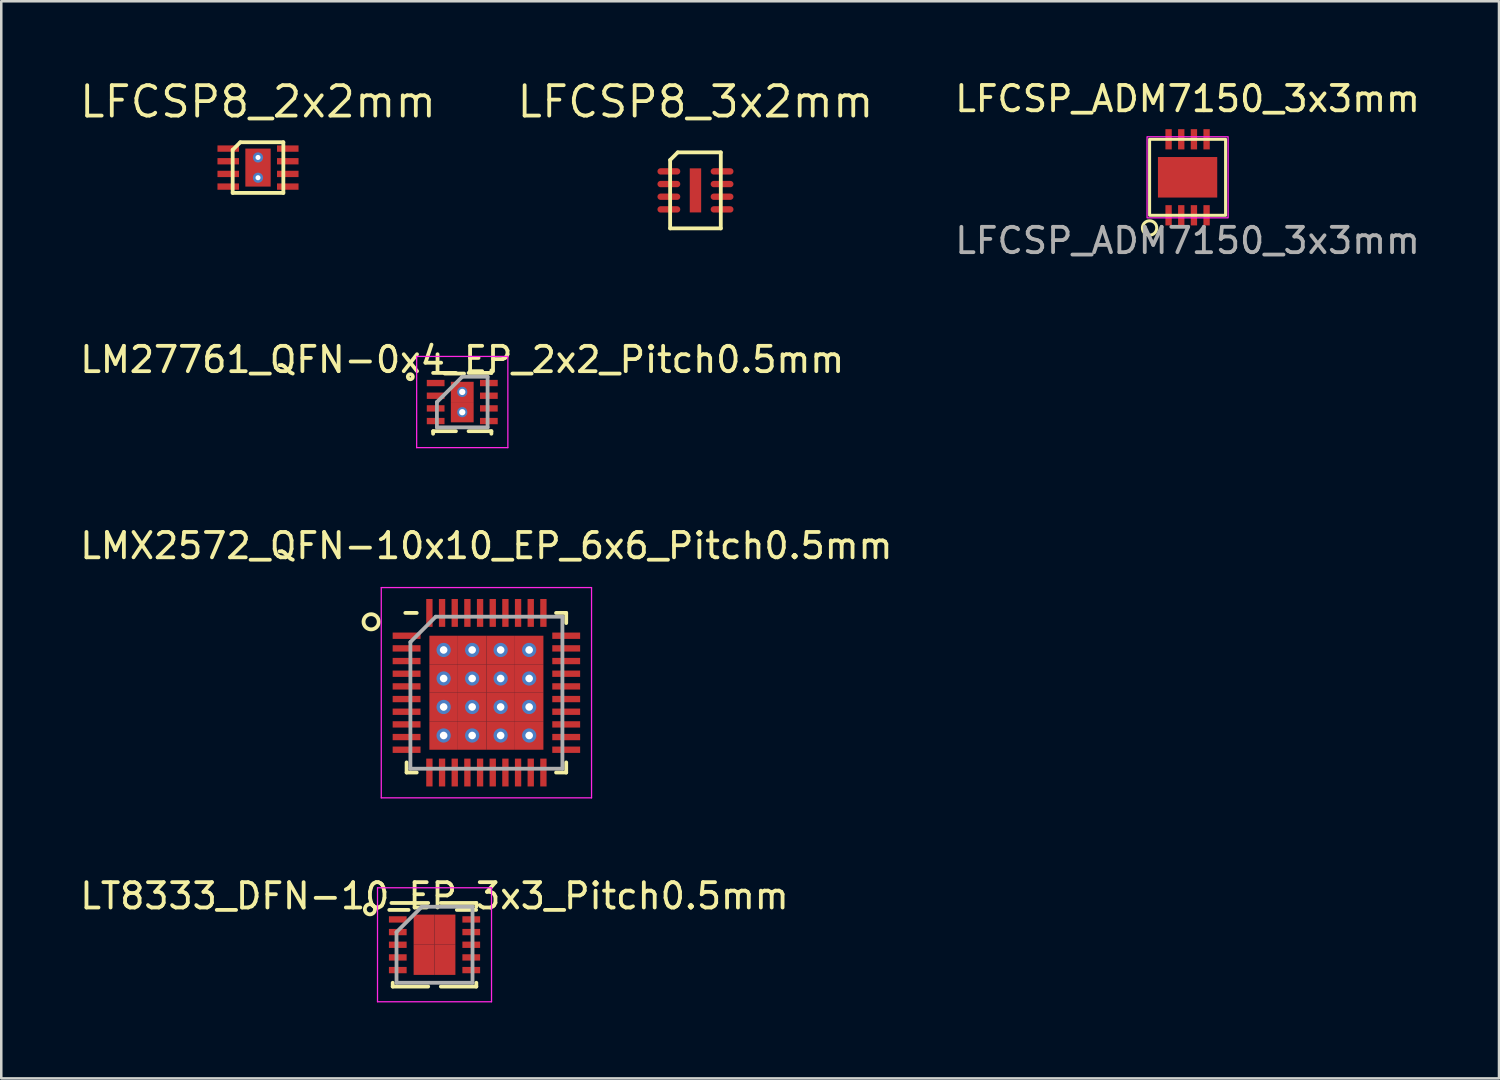
<source format=kicad_pcb>
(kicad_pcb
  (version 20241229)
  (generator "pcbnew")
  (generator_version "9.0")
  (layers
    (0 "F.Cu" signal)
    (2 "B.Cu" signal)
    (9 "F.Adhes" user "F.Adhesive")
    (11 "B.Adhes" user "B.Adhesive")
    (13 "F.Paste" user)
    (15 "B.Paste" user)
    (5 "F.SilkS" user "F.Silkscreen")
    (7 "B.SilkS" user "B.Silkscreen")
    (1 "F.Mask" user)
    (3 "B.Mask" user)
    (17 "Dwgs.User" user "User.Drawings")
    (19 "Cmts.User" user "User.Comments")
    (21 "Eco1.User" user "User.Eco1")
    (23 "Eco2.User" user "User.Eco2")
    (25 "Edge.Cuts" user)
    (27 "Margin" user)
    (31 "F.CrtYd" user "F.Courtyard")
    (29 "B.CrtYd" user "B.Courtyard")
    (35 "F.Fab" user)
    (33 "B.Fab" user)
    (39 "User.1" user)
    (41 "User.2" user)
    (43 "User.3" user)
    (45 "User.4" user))
  (footprint "LM27761_QFN-0x4_EP_2x2_Pitch0.5mm"
    (layer "F.Cu")
    (at 15.196 12.82)
    (property "Reference" "LM27761_QFN-0x4_EP_2x2_Pitch0.5mm" (at 0 -1.675 0) (layer "F.SilkS") (effects (font (size 1 1) (thickness 0.15))))
    (attr through_hole)
    (fp_line (start -1.15 1.15) (end -1.15 1.25) (stroke (width 0.15) (type default)) (layer "F.SilkS"))
    (fp_line (start -0.25 -1.15) (end -1.15 -1.15) (stroke (width 0.15) (type default)) (layer "F.SilkS"))
    (fp_line (start -0.25 1.15) (end -1.15 1.15) (stroke (width 0.15) (type default)) (layer "F.SilkS"))
    (fp_line (start 0.25 -1.15) (end 1.15 -1.15) (stroke (width 0.15) (type default)) (layer "F.SilkS"))
    (fp_line (start 0.25 1.15) (end 1.15 1.15) (stroke (width 0.15) (type default)) (layer "F.SilkS"))
    (fp_line (start 1.15 -1.15) (end 1.15 -1.25) (stroke (width 0.15) (type default)) (layer "F.SilkS"))
    (fp_line (start 1.15 1.15) (end 1.15 1.25) (stroke (width 0.15) (type default)) (layer "F.SilkS"))
    (fp_circle (center -2.05 -1) (end -2.05 -0.9) (stroke (width 0.15) (type default)) (fill no) (layer "F.SilkS"))
    (fp_line (start -1.8 -1.8) (end 1.8 -1.8) (stroke (width 0.05) (type default)) (layer "F.CrtYd"))
    (fp_line (start -1.8 1.8) (end -1.8 -1.8) (stroke (width 0.05) (type default)) (layer "F.CrtYd"))
    (fp_line (start 1.8 -1.8) (end 1.8 1.8) (stroke (width 0.05) (type default)) (layer "F.CrtYd"))
    (fp_line (start 1.8 1.8) (end -1.8 1.8) (stroke (width 0.05) (type default)) (layer "F.CrtYd"))
    (fp_line (start -1 0) (end -1 1) (stroke (width 0.15) (type default)) (layer "F.Fab"))
    (fp_line (start -1 1) (end 1 1) (stroke (width 0.15) (type default)) (layer "F.Fab"))
    (fp_line (start 0 -1) (end -1 0) (stroke (width 0.15) (type default)) (layer "F.Fab"))
    (fp_line (start 1 -1) (end 0 -1) (stroke (width 0.15) (type default)) (layer "F.Fab"))
    (fp_line (start 1 1) (end 1 -1) (stroke (width 0.15) (type default)) (layer "F.Fab"))
    (pad "1" smd rect (at -1.05 -0.75 90) (size 0.25 0.7) (layers "F.Cu" "F.Mask" "F.Paste"))
    (pad "2" smd rect (at -1.05 -0.25 90) (size 0.25 0.7) (layers "F.Cu" "F.Mask" "F.Paste"))
    (pad "3" smd rect (at -1.05 0.25 90) (size 0.25 0.7) (layers "F.Cu" "F.Mask" "F.Paste"))
    (pad "4" smd rect (at -1.05 0.75 90) (size 0.25 0.7) (layers "F.Cu" "F.Mask" "F.Paste"))
    (pad "5" smd rect (at 1.05 0.75 90) (size 0.25 0.7) (layers "F.Cu" "F.Mask" "F.Paste"))
    (pad "6" smd rect (at 1.05 0.25 90) (size 0.25 0.7) (layers "F.Cu" "F.Mask" "F.Paste"))
    (pad "7" smd rect (at 1.05 -0.25 90) (size 0.25 0.7) (layers "F.Cu" "F.Mask" "F.Paste"))
    (pad "8" smd rect (at 1.05 -0.75 90) (size 0.25 0.7) (layers "F.Cu" "F.Mask" "F.Paste"))
    (pad "9" thru_hole circle (at 0 -0.4) (size 0.4 0.4) (drill 0.25) (layers "*.Cu" "*.Mask"))
    (pad "9" smd rect (at 0 -0.4) (size 0.9 0.8) (layers "F.Cu" "F.Mask" "F.Paste"))
    (pad "9" thru_hole circle (at 0 0.4) (size 0.4 0.4) (drill 0.25) (layers "*.Cu" "*.Mask"))
    (pad "9" smd rect (at 0 0.4) (size 0.9 0.8) (layers "F.Cu" "F.Mask" "F.Paste")))
  (footprint "LFCSP_ADM7150_3x3mm"
    (layer "F.Cu")
    (at 43.826 3.948)
    (property "Reference" "LFCSP_ADM7150_3x3mm" (at 0 -3.1 0) (unlocked yes) (layer "F.SilkS") (effects (font (size 1 1) (thickness 0.15))))
    (attr smd)
    (fp_rect (start -1.5 -1.5) (end 1.5 1.5) (stroke (width 0.12) (type solid)) (fill no) (layer "F.SilkS"))
    (fp_circle (center -1.5 2) (end -1.3 2.2) (stroke (width 0.12) (type default)) (fill no) (layer "F.SilkS"))
    (fp_rect (start -1.6 -1.6) (end 1.6 1.6) (stroke (width 0.05) (type default)) (fill no) (layer "F.CrtYd"))
    (fp_text user "${REFERENCE}" (at 0 2.5 0) (unlocked yes) (layer "F.Fab") (effects (font (size 1 1) (thickness 0.15))))
    (pad "1" smd rect (at -0.75 1.5) (size 0.25 0.8) (layers "F.Cu" "F.Mask" "F.Paste"))
    (pad "2" smd rect (at -0.25 1.5) (size 0.25 0.8) (layers "F.Cu" "F.Mask" "F.Paste"))
    (pad "3" smd rect (at 0.25 1.5) (size 0.25 0.8) (layers "F.Cu" "F.Mask" "F.Paste"))
    (pad "4" smd rect (at 0.75 1.5) (size 0.25 0.8) (layers "F.Cu" "F.Mask" "F.Paste"))
    (pad "5" smd rect (at 0.75 -1.5) (size 0.25 0.8) (layers "F.Cu" "F.Mask" "F.Paste"))
    (pad "6" smd rect (at 0.25 -1.5) (size 0.25 0.8) (layers "F.Cu" "F.Mask" "F.Paste"))
    (pad "7" smd rect (at -0.25 -1.5) (size 0.25 0.8) (layers "F.Cu" "F.Mask" "F.Paste"))
    (pad "8" smd rect (at -0.75 -1.5) (size 0.25 0.8) (layers "F.Cu" "F.Mask" "F.Paste"))
    (pad "9" smd rect (at 0 0) (size 2.34 1.6) (layers "F.Cu" "F.Mask" "F.Paste")))
  (footprint "LFCSP8_2x2mm"
    (layer "F.Cu")
    (at 7.134 3.565)
    (property "Reference" "LFCSP8_2x2mm" (at 0 -2.6 0) (layer "F.SilkS") (effects (font (size 1.2 1.2) (thickness 0.15))))
    (attr through_hole)
    (fp_line (start -1 -0.7) (end -1 1) (stroke (width 0.15) (type solid)) (layer "F.SilkS"))
    (fp_line (start -1 1) (end 1 1) (stroke (width 0.15) (type solid)) (layer "F.SilkS"))
    (fp_line (start -0.7 -1) (end -1 -0.7) (stroke (width 0.15) (type solid)) (layer "F.SilkS"))
    (fp_line (start 1 -1) (end -0.7 -1) (stroke (width 0.15) (type solid)) (layer "F.SilkS"))
    (fp_line (start 1 1) (end 1 -1) (stroke (width 0.15) (type solid)) (layer "F.SilkS"))
    (pad "" smd rect (at -0.3 -0.323) (size 0.354 0.53) (layers "F.Paste"))
    (pad "" smd rect (at -0.3 0.323) (size 0.354 0.53) (layers "F.Paste"))
    (pad "" smd rect (at 0.3 -0.323) (size 0.354 0.53) (layers "F.Paste"))
    (pad "" smd rect (at 0.3 0.323) (size 0.354 0.53) (layers "F.Paste"))
    (pad "1" smd rect (at -1.175 -0.75) (size 0.85 0.25) (layers "F.Cu" "F.Mask" "F.Paste"))
    (pad "2" smd rect (at -1.175 -0.25) (size 0.85 0.25) (layers "F.Cu" "F.Mask" "F.Paste"))
    (pad "3" smd rect (at -1.175 0.25) (size 0.85 0.25) (layers "F.Cu" "F.Mask" "F.Paste"))
    (pad "4" smd rect (at -1.175 0.75) (size 0.85 0.25) (layers "F.Cu" "F.Mask" "F.Paste"))
    (pad "5" smd rect (at 1.175 0.75) (size 0.85 0.25) (layers "F.Cu" "F.Mask" "F.Paste"))
    (pad "6" smd rect (at 1.175 0.25) (size 0.85 0.25) (layers "F.Cu" "F.Mask" "F.Paste"))
    (pad "7" smd rect (at 1.175 -0.25) (size 0.85 0.25) (layers "F.Cu" "F.Mask" "F.Paste"))
    (pad "8" smd rect (at 1.175 -0.75) (size 0.85 0.25) (layers "F.Cu" "F.Mask" "F.Paste"))
    (pad "9" smd rect (at 0 0) (size 1 1.5) (layers "F.Cu" "F.Mask"))
    (pad "17" thru_hole circle (at 0 -0.4) (size 0.4 0.4) (drill 0.2) (layers "*.Cu" "*.Mask"))
    (pad "17" thru_hole circle (at 0 0.4) (size 0.4 0.4) (drill 0.2) (layers "*.Cu" "*.Mask")))
  (footprint "LFCSP8_3x2mm"
    (layer "F.Cu")
    (at 24.401 4.465)
    (property "Reference" "LFCSP8_3x2mm" (at 0 -3.5 0) (layer "F.SilkS") (effects (font (size 1.2 1.2) (thickness 0.15))))
    (attr smd)
    (fp_line (start -1 -1.2) (end -1 1.5) (stroke (width 0.15) (type solid)) (layer "F.SilkS"))
    (fp_line (start -1 1.5) (end 1 1.5) (stroke (width 0.15) (type solid)) (layer "F.SilkS"))
    (fp_line (start -0.7 -1.5) (end -1 -1.2) (stroke (width 0.15) (type solid)) (layer "F.SilkS"))
    (fp_line (start 1 -1.5) (end -0.7 -1.5) (stroke (width 0.15) (type solid)) (layer "F.SilkS"))
    (fp_line (start 1 1.5) (end 1 -1.5) (stroke (width 0.15) (type solid)) (layer "F.SilkS"))
    (pad "1" smd oval (at -1.05 -0.75) (size 0.9 0.25) (layers "F.Cu" "F.Mask" "F.Paste"))
    (pad "2" smd oval (at -1.05 -0.25) (size 0.9 0.25) (layers "F.Cu" "F.Mask" "F.Paste"))
    (pad "3" smd oval (at -1.05 0.25) (size 0.9 0.25) (layers "F.Cu" "F.Mask" "F.Paste"))
    (pad "4" smd oval (at -1.05 0.75) (size 0.9 0.25) (layers "F.Cu" "F.Mask" "F.Paste"))
    (pad "5" smd oval (at 1.05 0.75) (size 0.9 0.25) (layers "F.Cu" "F.Mask" "F.Paste"))
    (pad "6" smd oval (at 1.05 0.25) (size 0.9 0.25) (layers "F.Cu" "F.Mask" "F.Paste"))
    (pad "7" smd oval (at 1.05 -0.25) (size 0.9 0.25) (layers "F.Cu" "F.Mask" "F.Paste"))
    (pad "8" smd oval (at 1.05 -0.75) (size 0.9 0.25) (layers "F.Cu" "F.Mask" "F.Paste"))
    (pad "9" smd rect (at 0 0) (size 0.45 1.74) (layers "F.Cu" "F.Mask")))
  (footprint "LT8333_DFN-10_EP_3x3_Pitch0.5mm"
    (layer "F.Cu")
    (at 14.101 34.241)
    (property "Reference" "LT8333_DFN-10_EP_3x3_Pitch0.5mm" (at 0 -1.925 0) (layer "F.SilkS") (effects (font (size 1 1) (thickness 0.15))))
    (attr through_hole)
    (fp_line (start -1.65 1.65) (end -1.65 1.5) (stroke (width 0.15) (type default)) (layer "F.SilkS"))
    (fp_line (start -0.25 -1.65) (end -1.7 -1.65) (stroke (width 0.15) (type default)) (layer "F.SilkS"))
    (fp_line (start -0.25 1.65) (end -1.65 1.65) (stroke (width 0.15) (type default)) (layer "F.SilkS"))
    (fp_line (start 0.25 -1.65) (end 1.65 -1.65) (stroke (width 0.15) (type default)) (layer "F.SilkS"))
    (fp_line (start 0.25 1.65) (end 1.65 1.65) (stroke (width 0.15) (type default)) (layer "F.SilkS"))
    (fp_line (start 1.65 -1.65) (end 1.65 -1.5) (stroke (width 0.15) (type default)) (layer "F.SilkS"))
    (fp_line (start 1.65 1.65) (end 1.65 1.5) (stroke (width 0.15) (type default)) (layer "F.SilkS"))
    (fp_circle (center -2.55 -1.4) (end -2.55 -1.2) (stroke (width 0.15) (type default)) (fill no) (layer "F.SilkS"))
    (fp_line (start -2.25 -2.25) (end 2.25 -2.25) (stroke (width 0.05) (type default)) (layer "F.CrtYd"))
    (fp_line (start -2.25 2.25) (end -2.25 -2.25) (stroke (width 0.05) (type default)) (layer "F.CrtYd"))
    (fp_line (start 2.25 -2.25) (end 2.25 2.25) (stroke (width 0.05) (type default)) (layer "F.CrtYd"))
    (fp_line (start 2.25 2.25) (end -2.25 2.25) (stroke (width 0.05) (type default)) (layer "F.CrtYd"))
    (fp_line (start -1.5 -0.5) (end -1.5 1.5) (stroke (width 0.15) (type default)) (layer "F.Fab"))
    (fp_line (start -1.5 1.5) (end 1.5 1.5) (stroke (width 0.15) (type default)) (layer "F.Fab"))
    (fp_line (start -0.5 -1.5) (end -1.5 -0.5) (stroke (width 0.15) (type default)) (layer "F.Fab"))
    (fp_line (start 1.5 -1.5) (end -0.5 -1.5) (stroke (width 0.15) (type default)) (layer "F.Fab"))
    (fp_line (start 1.5 1.5) (end 1.5 -1.5) (stroke (width 0.15) (type default)) (layer "F.Fab"))
    (pad "1" smd rect (at -1.45 -1 90) (size 0.25 0.7) (layers "F.Cu" "F.Mask" "F.Paste"))
    (pad "2" smd rect (at -1.45 -0.5 90) (size 0.25 0.7) (layers "F.Cu" "F.Mask" "F.Paste"))
    (pad "3" smd rect (at -1.45 0 90) (size 0.25 0.7) (layers "F.Cu" "F.Mask" "F.Paste"))
    (pad "4" smd rect (at -1.45 0.5 90) (size 0.25 0.7) (layers "F.Cu" "F.Mask" "F.Paste"))
    (pad "5" smd rect (at -1.45 1 90) (size 0.25 0.7) (layers "F.Cu" "F.Mask" "F.Paste"))
    (pad "6" smd rect (at 1.45 1 90) (size 0.25 0.7) (layers "F.Cu" "F.Mask" "F.Paste"))
    (pad "7" smd rect (at 1.45 0.5 90) (size 0.25 0.7) (layers "F.Cu" "F.Mask" "F.Paste"))
    (pad "8" smd rect (at 1.45 0 90) (size 0.25 0.7) (layers "F.Cu" "F.Mask" "F.Paste"))
    (pad "9" smd rect (at 1.45 -0.5 90) (size 0.25 0.7) (layers "F.Cu" "F.Mask" "F.Paste"))
    (pad "10" smd rect (at 1.45 -1 90) (size 0.25 0.7) (layers "F.Cu" "F.Mask" "F.Paste"))
    (pad "11" smd rect (at -0.412 -0.595) (size 0.825 1.19) (layers "F.Cu" "F.Mask" "F.Paste"))
    (pad "11" smd rect (at -0.412 0.595) (size 0.825 1.19) (layers "F.Cu" "F.Mask" "F.Paste"))
    (pad "11" smd rect (at 0.412 -0.595) (size 0.825 1.19) (layers "F.Cu" "F.Mask" "F.Paste"))
    (pad "11" smd rect (at 0.412 0.595) (size 0.825 1.19) (layers "F.Cu" "F.Mask" "F.Paste")))
  (footprint "LMX2572_QFN-10x10_EP_6x6_Pitch0.5mm"
    (layer "F.Cu")
    (at 16.149 24.293)
    (property "Reference" "LMX2572_QFN-10x10_EP_6x6_Pitch0.5mm" (at 0 -5.8 0) (layer "F.SilkS") (effects (font (size 1 1) (thickness 0.15))))
    (attr smd)
    (fp_line (start -3.15 3.15) (end -3.15 2.75) (stroke (width 0.15) (type solid)) (layer "F.SilkS"))
    (fp_line (start -2.75 -3.15) (end -3.2 -3.15) (stroke (width 0.15) (type solid)) (layer "F.SilkS"))
    (fp_line (start -2.75 3.15) (end -3.15 3.15) (stroke (width 0.15) (type solid)) (layer "F.SilkS"))
    (fp_line (start 2.75 -3.15) (end 3.15 -3.15) (stroke (width 0.15) (type solid)) (layer "F.SilkS"))
    (fp_line (start 2.75 3.15) (end 3.15 3.15) (stroke (width 0.15) (type solid)) (layer "F.SilkS"))
    (fp_line (start 3.15 -3.15) (end 3.15 -2.75) (stroke (width 0.15) (type solid)) (layer "F.SilkS"))
    (fp_line (start 3.15 3.15) (end 3.15 2.75) (stroke (width 0.15) (type solid)) (layer "F.SilkS"))
    (fp_circle (center -4.55 -2.8) (end -4.55 -2.5) (stroke (width 0.15) (type solid)) (fill no) (layer "F.SilkS"))
    (fp_line (start -4.15 -4.15) (end 4.15 -4.15) (stroke (width 0.05) (type solid)) (layer "F.CrtYd"))
    (fp_line (start -4.15 4.15) (end -4.15 -4.15) (stroke (width 0.05) (type solid)) (layer "F.CrtYd"))
    (fp_line (start 4.15 -4.15) (end 4.15 4.15) (stroke (width 0.05) (type solid)) (layer "F.CrtYd"))
    (fp_line (start 4.15 4.15) (end -4.15 4.15) (stroke (width 0.05) (type solid)) (layer "F.CrtYd"))
    (fp_line (start -3 -2) (end -3 3) (stroke (width 0.15) (type solid)) (layer "F.Fab"))
    (fp_line (start -3 3) (end 3 3) (stroke (width 0.15) (type solid)) (layer "F.Fab"))
    (fp_line (start -2 -3) (end -3 -2) (stroke (width 0.15) (type solid)) (layer "F.Fab"))
    (fp_line (start 3 -3) (end -2 -3) (stroke (width 0.15) (type solid)) (layer "F.Fab"))
    (fp_line (start 3 3) (end 3 -3) (stroke (width 0.15) (type solid)) (layer "F.Fab"))
    (pad "1" smd rect (at -3.15 -2.25 90) (size 0.25 1.1) (layers "F.Cu" "F.Mask" "F.Paste"))
    (pad "2" smd rect (at -3.15 -1.75 90) (size 0.25 1.1) (layers "F.Cu" "F.Mask" "F.Paste"))
    (pad "3" smd rect (at -3.15 -1.25 90) (size 0.25 1.1) (layers "F.Cu" "F.Mask" "F.Paste"))
    (pad "4" smd rect (at -3.15 -0.75 90) (size 0.25 1.1) (layers "F.Cu" "F.Mask" "F.Paste"))
    (pad "5" smd rect (at -3.15 -0.25 90) (size 0.25 1.1) (layers "F.Cu" "F.Mask" "F.Paste"))
    (pad "6" smd rect (at -3.15 0.25 90) (size 0.25 1.1) (layers "F.Cu" "F.Mask" "F.Paste"))
    (pad "7" smd rect (at -3.15 0.75 90) (size 0.25 1.1) (layers "F.Cu" "F.Mask" "F.Paste"))
    (pad "8" smd rect (at -3.15 1.25 90) (size 0.25 1.1) (layers "F.Cu" "F.Mask" "F.Paste"))
    (pad "9" smd rect (at -3.15 1.75 90) (size 0.25 1.1) (layers "F.Cu" "F.Mask" "F.Paste"))
    (pad "10" smd rect (at -3.15 2.25 90) (size 0.25 1.1) (layers "F.Cu" "F.Mask" "F.Paste"))
    (pad "11" smd rect (at -2.25 3.15) (size 0.25 1.1) (layers "F.Cu" "F.Mask" "F.Paste"))
    (pad "12" smd rect (at -1.75 3.15) (size 0.25 1.1) (layers "F.Cu" "F.Mask" "F.Paste"))
    (pad "13" smd rect (at -1.25 3.15) (size 0.25 1.1) (layers "F.Cu" "F.Mask" "F.Paste"))
    (pad "14" smd rect (at -0.75 3.15) (size 0.25 1.1) (layers "F.Cu" "F.Mask" "F.Paste"))
    (pad "15" smd rect (at -0.25 3.15) (size 0.25 1.1) (layers "F.Cu" "F.Mask" "F.Paste"))
    (pad "16" smd rect (at 0.25 3.15) (size 0.25 1.1) (layers "F.Cu" "F.Mask" "F.Paste"))
    (pad "17" smd rect (at 0.75 3.15) (size 0.25 1.1) (layers "F.Cu" "F.Mask" "F.Paste"))
    (pad "18" smd rect (at 1.25 3.15) (size 0.25 1.1) (layers "F.Cu" "F.Mask" "F.Paste"))
    (pad "19" smd rect (at 1.75 3.15) (size 0.25 1.1) (layers "F.Cu" "F.Mask" "F.Paste"))
    (pad "20" smd rect (at 2.25 3.15) (size 0.25 1.1) (layers "F.Cu" "F.Mask" "F.Paste"))
    (pad "21" smd rect (at 3.15 2.25 90) (size 0.25 1.1) (layers "F.Cu" "F.Mask" "F.Paste"))
    (pad "22" smd rect (at 3.15 1.75 90) (size 0.25 1.1) (layers "F.Cu" "F.Mask" "F.Paste"))
    (pad "23" smd rect (at 3.15 1.25 90) (size 0.25 1.1) (layers "F.Cu" "F.Mask" "F.Paste"))
    (pad "24" smd rect (at 3.15 0.75 90) (size 0.25 1.1) (layers "F.Cu" "F.Mask" "F.Paste"))
    (pad "25" smd rect (at 3.15 0.25 90) (size 0.25 1.1) (layers "F.Cu" "F.Mask" "F.Paste"))
    (pad "26" smd rect (at 3.15 -0.25 90) (size 0.25 1.1) (layers "F.Cu" "F.Mask" "F.Paste"))
    (pad "27" smd rect (at 3.15 -0.75 90) (size 0.25 1.1) (layers "F.Cu" "F.Mask" "F.Paste"))
    (pad "28" smd rect (at 3.15 -1.25 90) (size 0.25 1.1) (layers "F.Cu" "F.Mask" "F.Paste"))
    (pad "29" smd rect (at 3.15 -1.75 90) (size 0.25 1.1) (layers "F.Cu" "F.Mask" "F.Paste"))
    (pad "30" smd rect (at 3.15 -2.25 90) (size 0.25 1.1) (layers "F.Cu" "F.Mask" "F.Paste"))
    (pad "31" smd rect (at 2.25 -3.15) (size 0.25 1.1) (layers "F.Cu" "F.Mask" "F.Paste"))
    (pad "32" smd rect (at 1.75 -3.15) (size 0.25 1.1) (layers "F.Cu" "F.Mask" "F.Paste"))
    (pad "33" smd rect (at 1.25 -3.15) (size 0.25 1.1) (layers "F.Cu" "F.Mask" "F.Paste"))
    (pad "34" smd rect (at 0.75 -3.15) (size 0.25 1.1) (layers "F.Cu" "F.Mask" "F.Paste"))
    (pad "35" smd rect (at 0.25 -3.15) (size 0.25 1.1) (layers "F.Cu" "F.Mask" "F.Paste"))
    (pad "36" smd rect (at -0.25 -3.15) (size 0.25 1.1) (layers "F.Cu" "F.Mask" "F.Paste"))
    (pad "37" smd rect (at -0.75 -3.15) (size 0.25 1.1) (layers "F.Cu" "F.Mask" "F.Paste"))
    (pad "38" smd rect (at -1.25 -3.15) (size 0.25 1.1) (layers "F.Cu" "F.Mask" "F.Paste"))
    (pad "39" smd rect (at -1.75 -3.15) (size 0.25 1.1) (layers "F.Cu" "F.Mask" "F.Paste"))
    (pad "40" smd rect (at -2.25 -3.15) (size 0.25 1.1) (layers "F.Cu" "F.Mask" "F.Paste"))
    (pad "41" thru_hole circle (at -1.688 -1.688) (size 0.562 0.562) (drill 0.3) (layers "*.Cu" "*.Mask"))
    (pad "41" smd rect (at -1.688 -1.688) (size 1.125 1.125) (layers "F.Cu" "F.Mask" "F.Paste"))
    (pad "41" thru_hole circle (at -1.688 -0.562) (size 0.562 0.562) (drill 0.3) (layers "*.Cu" "*.Mask"))
    (pad "41" smd rect (at -1.688 -0.562) (size 1.125 1.125) (layers "F.Cu" "F.Mask" "F.Paste"))
    (pad "41" thru_hole circle (at -1.688 0.562) (size 0.562 0.562) (drill 0.3) (layers "*.Cu" "*.Mask"))
    (pad "41" smd rect (at -1.688 0.562) (size 1.125 1.125) (layers "F.Cu" "F.Mask" "F.Paste"))
    (pad "41" thru_hole circle (at -1.688 1.688) (size 0.562 0.562) (drill 0.3) (layers "*.Cu" "*.Mask"))
    (pad "41" smd rect (at -1.688 1.688) (size 1.125 1.125) (layers "F.Cu" "F.Mask" "F.Paste"))
    (pad "41" thru_hole circle (at -0.562 -1.688) (size 0.562 0.562) (drill 0.3) (layers "*.Cu" "*.Mask"))
    (pad "41" smd rect (at -0.562 -1.688) (size 1.125 1.125) (layers "F.Cu" "F.Mask" "F.Paste"))
    (pad "41" thru_hole circle (at -0.562 -0.562) (size 0.562 0.562) (drill 0.3) (layers "*.Cu" "*.Mask"))
    (pad "41" smd rect (at -0.562 -0.562) (size 1.125 1.125) (layers "F.Cu" "F.Mask" "F.Paste"))
    (pad "41" thru_hole circle (at -0.562 0.562) (size 0.562 0.562) (drill 0.3) (layers "*.Cu" "*.Mask"))
    (pad "41" smd rect (at -0.562 0.562) (size 1.125 1.125) (layers "F.Cu" "F.Mask" "F.Paste"))
    (pad "41" thru_hole circle (at -0.562 1.688) (size 0.562 0.562) (drill 0.3) (layers "*.Cu" "*.Mask"))
    (pad "41" smd rect (at -0.562 1.688) (size 1.125 1.125) (layers "F.Cu" "F.Mask" "F.Paste"))
    (pad "41" thru_hole circle (at 0.562 -1.688) (size 0.562 0.562) (drill 0.3) (layers "*.Cu" "*.Mask"))
    (pad "41" smd rect (at 0.562 -1.688) (size 1.125 1.125) (layers "F.Cu" "F.Mask" "F.Paste"))
    (pad "41" thru_hole circle (at 0.562 -0.562) (size 0.562 0.562) (drill 0.3) (layers "*.Cu" "*.Mask"))
    (pad "41" smd rect (at 0.562 -0.562) (size 1.125 1.125) (layers "F.Cu" "F.Mask" "F.Paste"))
    (pad "41" thru_hole circle (at 0.562 0.562) (size 0.562 0.562) (drill 0.3) (layers "*.Cu" "*.Mask"))
    (pad "41" smd rect (at 0.562 0.562) (size 1.125 1.125) (layers "F.Cu" "F.Mask" "F.Paste"))
    (pad "41" thru_hole circle (at 0.562 1.688) (size 0.562 0.562) (drill 0.3) (layers "*.Cu" "*.Mask"))
    (pad "41" smd rect (at 0.562 1.688) (size 1.125 1.125) (layers "F.Cu" "F.Mask" "F.Paste"))
    (pad "41" thru_hole circle (at 1.688 -1.688) (size 0.562 0.562) (drill 0.3) (layers "*.Cu" "*.Mask"))
    (pad "41" smd rect (at 1.688 -1.688) (size 1.125 1.125) (layers "F.Cu" "F.Mask" "F.Paste"))
    (pad "41" thru_hole circle (at 1.688 -0.562) (size 0.562 0.562) (drill 0.3) (layers "*.Cu" "*.Mask"))
    (pad "41" smd rect (at 1.688 -0.562) (size 1.125 1.125) (layers "F.Cu" "F.Mask" "F.Paste"))
    (pad "41" thru_hole circle (at 1.688 0.562) (size 0.562 0.562) (drill 0.3) (layers "*.Cu" "*.Mask"))
    (pad "41" smd rect (at 1.688 0.562) (size 1.125 1.125) (layers "F.Cu" "F.Mask" "F.Paste"))
    (pad "41" thru_hole circle (at 1.688 1.688) (size 0.562 0.562) (drill 0.3) (layers "*.Cu" "*.Mask"))
    (pad "41" smd rect (at 1.688 1.688) (size 1.125 1.125) (layers "F.Cu" "F.Mask" "F.Paste")))
  (gr_rect
    (start -3 -3)
    (end 56.118 39.516)
    (stroke (width 0.1) (type default))
    (fill no)
    (layer "Edge.Cuts")))
</source>
